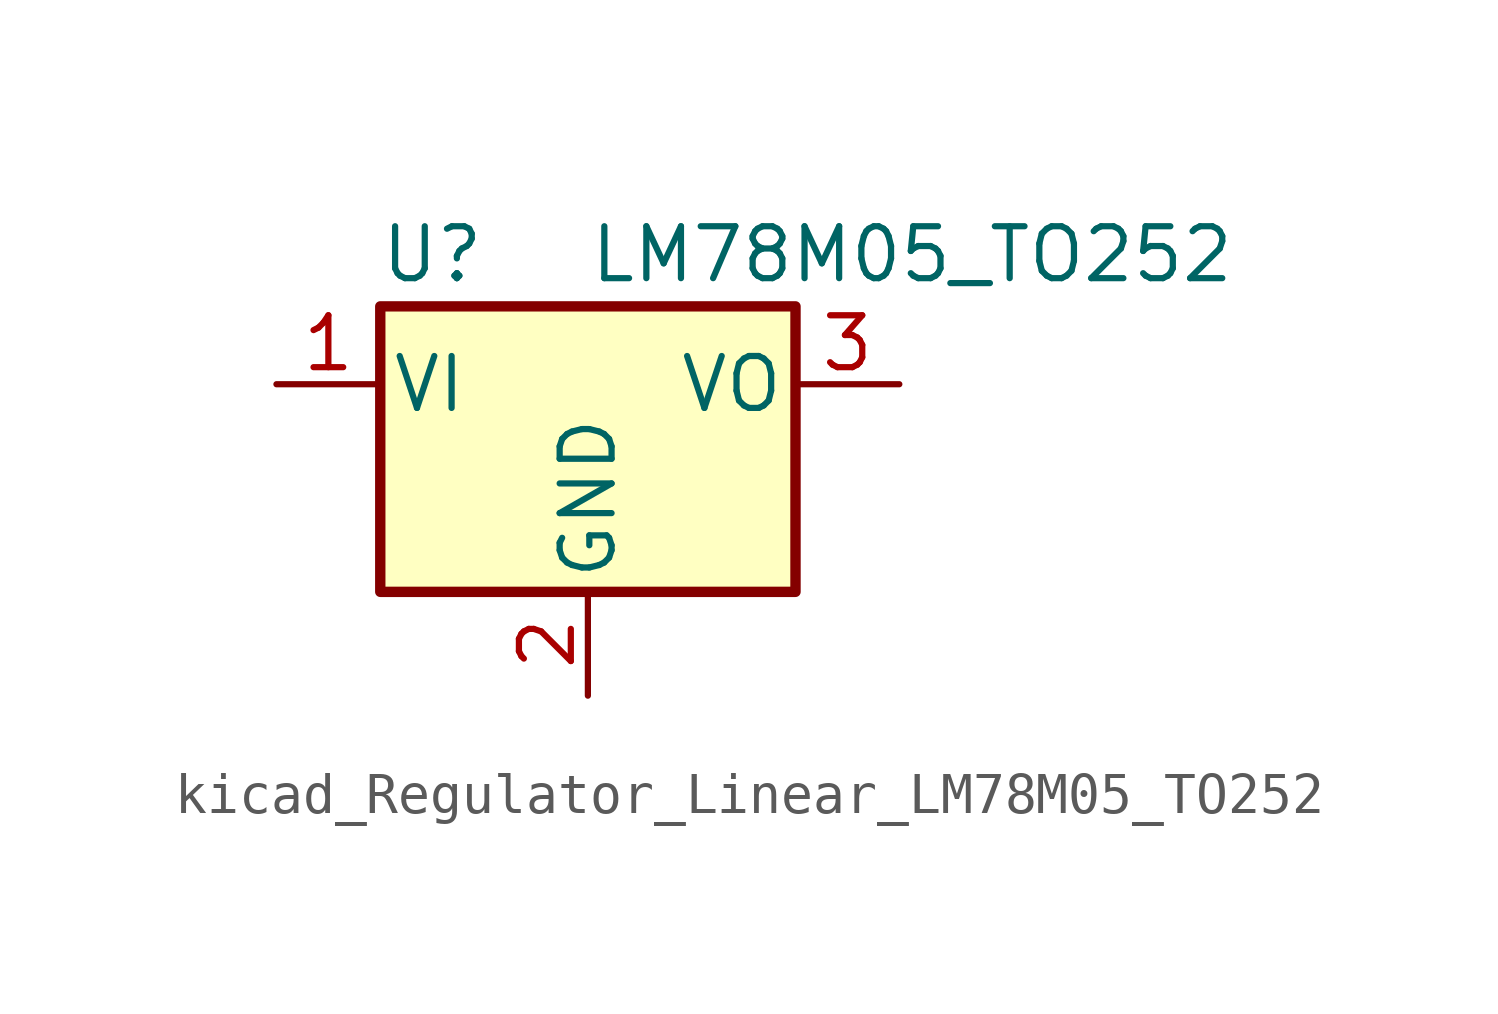
<source format=kicad_sym>
(kicad_symbol_lib
  (version 20220914)
  (generator kicad_symbol_editor)
  (symbol "kicad_Regulator_Linear_LM78M05_TO252"
    (pin_names
      (offset 0.254))
    (property "Reference" "U"
      (at -3.81 3.175 0)
      (effects (font (size 1.27 1.27))))
    (property "Value" "LM78M05_TO252"
      (at 0 3.175 0)
      (effects (font (size 1.27 1.27)) (justify left)))
    (symbol "kicad_Regulator_Linear_LM78M05_TO252_0_1"
      (rectangle (start -5.08 1.905) (end 5.08 -5.08) (stroke (width 0.254) (type default)) (fill (type background))))
    (symbol "kicad_Regulator_Linear_LM78M05_TO252_1_1"
      (pin power_in line (at -7.62 0 0) (length 2.54) (name "VI" (effects (font (size 1.27 1.27)))) (number "1" (effects (font (size 1.27 1.27)))))
      (pin power_in line (at 0 -7.62 90) (length 2.54) (name "GND" (effects (font (size 1.27 1.27)))) (number "2" (effects (font (size 1.27 1.27)))))
      (pin power_out line (at 7.62 0 180) (length 2.54) (name "VO" (effects (font (size 1.27 1.27)))) (number "3" (effects (font (size 1.27 1.27))))))))
</source>
